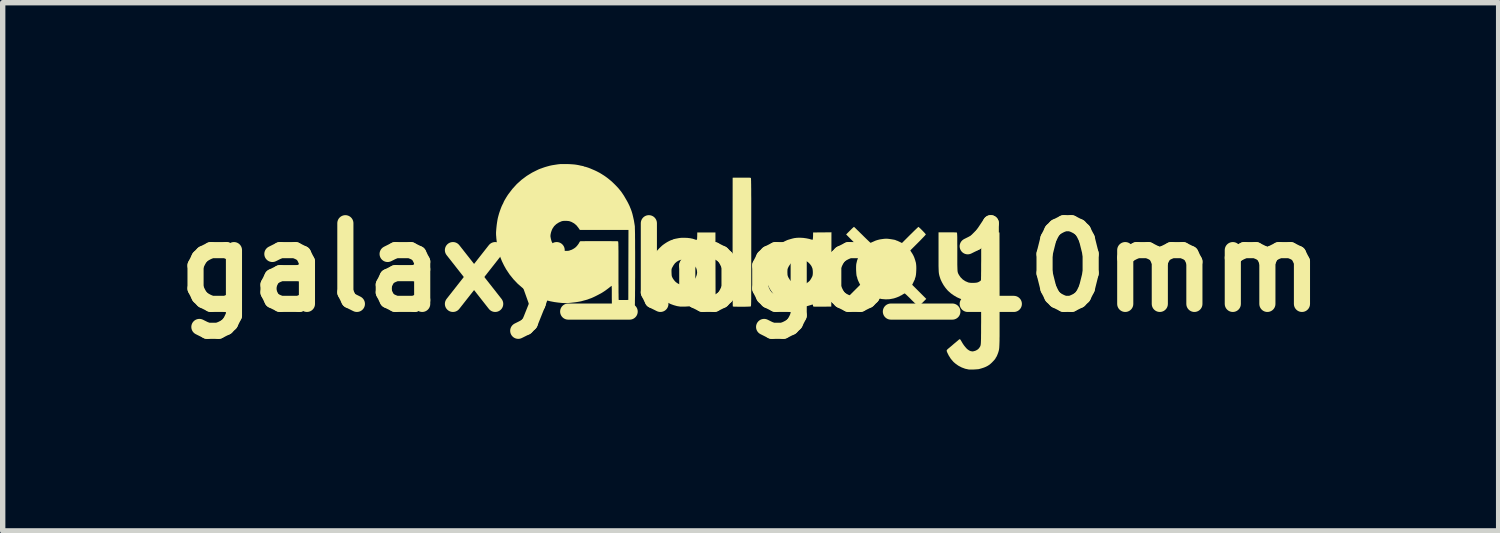
<source format=kicad_pcb>
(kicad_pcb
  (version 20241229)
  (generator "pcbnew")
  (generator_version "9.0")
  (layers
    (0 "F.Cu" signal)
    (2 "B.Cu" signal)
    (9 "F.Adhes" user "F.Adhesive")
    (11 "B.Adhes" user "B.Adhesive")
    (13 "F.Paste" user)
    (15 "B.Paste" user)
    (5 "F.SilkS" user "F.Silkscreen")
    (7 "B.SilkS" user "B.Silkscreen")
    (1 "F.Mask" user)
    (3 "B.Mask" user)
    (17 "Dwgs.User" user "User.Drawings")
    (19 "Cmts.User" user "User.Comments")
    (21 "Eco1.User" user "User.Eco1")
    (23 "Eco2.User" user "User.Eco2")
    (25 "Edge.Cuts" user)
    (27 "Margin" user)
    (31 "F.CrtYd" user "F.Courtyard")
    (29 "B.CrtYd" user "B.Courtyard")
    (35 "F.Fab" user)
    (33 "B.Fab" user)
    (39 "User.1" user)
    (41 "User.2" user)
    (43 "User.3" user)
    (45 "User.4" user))
  (footprint "galaxy_logo_10mm"
    (layer "F.Cu")
    (at 10.907 1.922)
    (property "Reference" "galaxy_logo_10mm" (at 0 0 0) (layer "F.SilkS") (effects (font (size 1.5 1.5) (thickness 0.3))))
    (attr board_only exclude_from_pos_files exclude_from_bom)
    (fp_poly (pts (xy -0.073 -1.669) (xy -0.041 -1.669) (xy -0.017 -1.668) (xy -0.003 -1.666) (xy 0.004 -1.664) (xy 0.004 -1.662) (xy 0.005 -1.657) (xy 0.006 -1.649) (xy 0.007 -1.636) (xy 0.007 -1.62) (xy 0.008 -1.598) (xy 0.008 -1.572) (xy 0.009 -1.54) (xy 0.009 -1.503) (xy 0.01 -1.459) (xy 0.01 -1.408) (xy 0.01 -1.35) (xy 0.011 -1.285) (xy 0.011 -1.211) (xy 0.011 -1.13) (xy 0.011 -1.039) (xy 0.011 -0.939) (xy 0.011 -0.829) (xy 0.011 -0.71) (xy 0.011 -0.58) (xy 0.011 -0.469) (xy 0.011 -0.333) (xy 0.011 -0.208) (xy 0.011 -0.093) (xy 0.011 0.012) (xy 0.011 0.108) (xy 0.011 0.194) (xy 0.011 0.272) (xy 0.011 0.342) (xy 0.011 0.405) (xy 0.01 0.46) (xy 0.01 0.508) (xy 0.01 0.55) (xy 0.01 0.586) (xy 0.009 0.617) (xy 0.009 0.643) (xy 0.008 0.664) (xy 0.008 0.681) (xy 0.007 0.694) (xy 0.006 0.705) (xy 0.005 0.712) (xy 0.005 0.718) (xy 0.004 0.721) (xy 0.003 0.724) (xy 0.001 0.725) (xy 0.00037 0.725) (xy -0.008 0.727) (xy -0.026 0.728) (xy -0.051 0.729) (xy -0.082 0.73) (xy -0.117 0.731) (xy -0.155 0.731) (xy -0.193 0.731) (xy -0.229 0.731) (xy -0.263 0.73) (xy -0.292 0.73) (xy -0.314 0.729) (xy -0.327 0.727) (xy -0.33 0.727) (xy -0.331 0.724) (xy -0.332 0.717) (xy -0.333 0.706) (xy -0.333 0.69) (xy -0.334 0.668) (xy -0.334 0.641) (xy -0.335 0.607) (xy -0.335 0.568) (xy -0.336 0.521) (xy -0.336 0.467) (xy -0.336 0.405) (xy -0.336 0.335) (xy -0.336 0.257) (xy -0.336 0.17) (xy -0.336 0.074) (xy -0.336 -0.031) (xy -0.336 -0.147) (xy -0.336 -0.273) (xy -0.336 -0.409) (xy -0.336 -0.473) (xy -0.335 -1.668) (xy -0.169 -1.669) (xy -0.116 -1.669)) (stroke (width 0) (type solid)) (fill yes) (layer "F.SilkS"))
    (fp_poly (pts (xy 1.5 0.038) (xy 1.499 0.728) (xy 1.341 0.73) (xy 1.3 0.73) (xy 1.261 0.73) (xy 1.228 0.73) (xy 1.201 0.73) (xy 1.181 0.729) (xy 1.172 0.729) (xy 1.171 0.728) (xy 1.161 0.723) (xy 1.159 0.71) (xy 1.159 0.71) (xy 1.158 0.697) (xy 1.156 0.691) (xy 1.149 0.691) (xy 1.135 0.694) (xy 1.117 0.7) (xy 1.115 0.7) (xy 1.091 0.708) (xy 1.066 0.715) (xy 1.049 0.72) (xy 1.03 0.723) (xy 1.003 0.725) (xy 0.97 0.727) (xy 0.935 0.728) (xy 0.899 0.729) (xy 0.867 0.728) (xy 0.84 0.727) (xy 0.827 0.726) (xy 0.772 0.715) (xy 0.724 0.702) (xy 0.695 0.692) (xy 0.65 0.672) (xy 0.608 0.651) (xy 0.572 0.63) (xy 0.542 0.611) (xy 0.522 0.595) (xy 0.513 0.587) (xy 0.499 0.576) (xy 0.494 0.572) (xy 0.47 0.551) (xy 0.444 0.523) (xy 0.416 0.489) (xy 0.39 0.451) (xy 0.365 0.413) (xy 0.345 0.377) (xy 0.341 0.368) (xy 0.332 0.349) (xy 0.324 0.333) (xy 0.32 0.325) (xy 0.316 0.312) (xy 0.315 0.307) (xy 0.312 0.294) (xy 0.31 0.288) (xy 0.302 0.269) (xy 0.295 0.241) (xy 0.288 0.207) (xy 0.282 0.17) (xy 0.278 0.133) (xy 0.276 0.099) (xy 0.276 0.087) (xy 0.276 0.079) (xy 0.683 0.079) (xy 0.683 0.09) (xy 0.684 0.117) (xy 0.685 0.136) (xy 0.688 0.152) (xy 0.693 0.167) (xy 0.701 0.185) (xy 0.704 0.191) (xy 0.732 0.236) (xy 0.768 0.274) (xy 0.812 0.303) (xy 0.846 0.319) (xy 0.863 0.322) (xy 0.887 0.324) (xy 0.914 0.325) (xy 0.942 0.325) (xy 0.966 0.323) (xy 0.984 0.32) (xy 0.984 0.32) (xy 1.027 0.301) (xy 1.066 0.276) (xy 1.086 0.259) (xy 1.101 0.244) (xy 1.113 0.226) (xy 1.126 0.205) (xy 1.141 0.177) (xy 1.148 0.161) (xy 1.152 0.145) (xy 1.155 0.122) (xy 1.156 0.094) (xy 1.155 0.065) (xy 1.152 0.039) (xy 1.148 0.018) (xy 1.148 0.017) (xy 1.129 -0.026) (xy 1.101 -0.064) (xy 1.067 -0.097) (xy 1.028 -0.122) (xy 0.985 -0.14) (xy 0.94 -0.15) (xy 0.895 -0.149) (xy 0.878 -0.146) (xy 0.825 -0.129) (xy 0.78 -0.103) (xy 0.742 -0.069) (xy 0.712 -0.026) (xy 0.705 -0.012) (xy 0.695 0.007) (xy 0.689 0.023) (xy 0.685 0.037) (xy 0.684 0.055) (xy 0.683 0.079) (xy 0.276 0.079) (xy 0.28 0.018) (xy 0.293 -0.054) (xy 0.311 -0.115) (xy 0.341 -0.19) (xy 0.381 -0.26) (xy 0.43 -0.326) (xy 0.487 -0.385) (xy 0.551 -0.436) (xy 0.62 -0.48) (xy 0.678 -0.507) (xy 0.695 -0.513) (xy 0.721 -0.521) (xy 0.749 -0.529) (xy 0.778 -0.537) (xy 0.803 -0.543) (xy 0.813 -0.545) (xy 0.862 -0.551) (xy 0.917 -0.552) (xy 0.976 -0.549) (xy 1.034 -0.541) (xy 1.088 -0.53) (xy 1.121 -0.52) (xy 1.138 -0.516) (xy 1.15 -0.515) (xy 1.153 -0.516) (xy 1.156 -0.523) (xy 1.157 -0.539) (xy 1.159 -0.561) (xy 1.16 -0.585) (xy 1.161 -0.65) (xy 1.332 -0.651) (xy 1.502 -0.653)) (stroke (width 0) (type solid)) (fill yes) (layer "F.SilkS"))
    (fp_poly (pts (xy -0.654 0.038) (xy -0.652 0.725) (xy -0.665 0.728) (xy -0.674 0.729) (xy -0.692 0.73) (xy -0.719 0.73) (xy -0.752 0.73) (xy -0.79 0.73) (xy -0.831 0.73) (xy -0.835 0.73) (xy -0.993 0.728) (xy -0.994 0.707) (xy -0.997 0.693) (xy -1 0.688) (xy -1.006 0.689) (xy -1.021 0.695) (xy -1.044 0.702) (xy -1.069 0.71) (xy -1.094 0.716) (xy -1.105 0.719) (xy -1.121 0.722) (xy -1.146 0.724) (xy -1.177 0.726) (xy -1.21 0.728) (xy -1.244 0.729) (xy -1.275 0.729) (xy -1.301 0.729) (xy -1.313 0.728) (xy -1.37 0.719) (xy -1.43 0.702) (xy -1.488 0.681) (xy -1.542 0.655) (xy -1.562 0.643) (xy -1.579 0.633) (xy -1.592 0.626) (xy -1.597 0.624) (xy -1.603 0.621) (xy -1.603 0.62) (xy -1.607 0.614) (xy -1.618 0.607) (xy -1.62 0.605) (xy -1.637 0.593) (xy -1.658 0.575) (xy -1.682 0.553) (xy -1.706 0.529) (xy -1.728 0.505) (xy -1.743 0.487) (xy -1.763 0.459) (xy -1.783 0.428) (xy -1.801 0.398) (xy -1.815 0.371) (xy -1.815 0.371) (xy -1.832 0.333) (xy -1.845 0.301) (xy -1.855 0.271) (xy -1.862 0.241) (xy -1.869 0.207) (xy -1.875 0.165) (xy -1.876 0.155) (xy -1.88 0.081) (xy -1.878 0.055) (xy -1.472 0.055) (xy -1.472 0.08) (xy -1.471 0.106) (xy -1.47 0.131) (xy -1.468 0.153) (xy -1.465 0.166) (xy -1.457 0.186) (xy -1.443 0.211) (xy -1.425 0.236) (xy -1.406 0.259) (xy -1.388 0.276) (xy -1.386 0.277) (xy -1.354 0.299) (xy -1.325 0.313) (xy -1.295 0.321) (xy -1.26 0.325) (xy -1.24 0.326) (xy -1.207 0.325) (xy -1.181 0.321) (xy -1.16 0.315) (xy -1.13 0.303) (xy -1.105 0.288) (xy -1.082 0.268) (xy -1.064 0.251) (xy -1.039 0.219) (xy -1.018 0.181) (xy -1.003 0.141) (xy -0.996 0.102) (xy -0.996 0.09) (xy -1.001 0.047) (xy -1.015 0.004) (xy -1.037 -0.038) (xy -1.066 -0.075) (xy -1.099 -0.105) (xy -1.125 -0.121) (xy -1.172 -0.141) (xy -1.218 -0.15) (xy -1.262 -0.149) (xy -1.29 -0.144) (xy -1.334 -0.129) (xy -1.373 -0.107) (xy -1.406 -0.079) (xy -1.434 -0.041) (xy -1.46 0.005) (xy -1.469 0.026) (xy -1.471 0.036) (xy -1.472 0.055) (xy -1.878 0.055) (xy -1.874 0.005) (xy -1.859 -0.071) (xy -1.835 -0.146) (xy -1.807 -0.208) (xy -1.795 -0.229) (xy -1.786 -0.246) (xy -1.779 -0.256) (xy -1.777 -0.258) (xy -1.772 -0.264) (xy -1.772 -0.266) (xy -1.768 -0.275) (xy -1.757 -0.29) (xy -1.741 -0.31) (xy -1.721 -0.332) (xy -1.699 -0.356) (xy -1.676 -0.378) (xy -1.654 -0.399) (xy -1.634 -0.416) (xy -1.631 -0.418) (xy -1.603 -0.438) (xy -1.573 -0.458) (xy -1.543 -0.476) (xy -1.514 -0.491) (xy -1.489 -0.503) (xy -1.47 -0.51) (xy -1.461 -0.512) (xy -1.451 -0.515) (xy -1.449 -0.517) (xy -1.441 -0.522) (xy -1.433 -0.525) (xy -1.393 -0.534) (xy -1.361 -0.54) (xy -1.335 -0.545) (xy -1.313 -0.548) (xy -1.291 -0.55) (xy -1.268 -0.551) (xy -1.241 -0.551) (xy -1.238 -0.551) (xy -1.178 -0.549) (xy -1.126 -0.543) (xy -1.077 -0.533) (xy -1.046 -0.523) (xy -1.026 -0.516) (xy -1.012 -0.512) (xy -1.003 -0.514) (xy -0.998 -0.522) (xy -0.996 -0.537) (xy -0.995 -0.562) (xy -0.994 -0.581) (xy -0.993 -0.65) (xy -0.824 -0.65) (xy -0.655 -0.65)) (stroke (width 0) (type solid)) (fill yes) (layer "F.SilkS"))
    (fp_poly (pts (xy 3.125 -0.75) (xy 3.137 -0.739) (xy 3.154 -0.724) (xy 3.173 -0.705) (xy 3.194 -0.684) (xy 3.214 -0.663) (xy 3.232 -0.644) (xy 3.246 -0.628) (xy 3.254 -0.617) (xy 3.257 -0.613) (xy 3.253 -0.607) (xy 3.242 -0.595) (xy 3.225 -0.576) (xy 3.202 -0.552) (xy 3.175 -0.524) (xy 3.145 -0.493) (xy 3.112 -0.46) (xy 2.968 -0.316) (xy 2.981 -0.294) (xy 2.992 -0.277) (xy 3.002 -0.262) (xy 3.004 -0.259) (xy 3.024 -0.224) (xy 3.043 -0.181) (xy 3.059 -0.133) (xy 3.072 -0.087) (xy 3.076 -0.059) (xy 3.079 -0.025) (xy 3.08 0.014) (xy 3.079 0.054) (xy 3.077 0.093) (xy 3.074 0.13) (xy 3.069 0.161) (xy 3.063 0.185) (xy 3.059 0.193) (xy 3.055 0.205) (xy 3.054 0.211) (xy 3.052 0.223) (xy 3.049 0.229) (xy 3.044 0.239) (xy 3.036 0.255) (xy 3.026 0.275) (xy 3.024 0.281) (xy 3.003 0.323) (xy 3.134 0.454) (xy 3.265 0.585) (xy 3.195 0.655) (xy 3.172 0.678) (xy 3.151 0.698) (xy 3.135 0.713) (xy 3.123 0.723) (xy 3.119 0.726) (xy 3.114 0.722) (xy 3.101 0.711) (xy 3.083 0.694) (xy 3.06 0.672) (xy 3.034 0.646) (xy 3.004 0.617) (xy 2.992 0.605) (xy 2.962 0.574) (xy 2.934 0.547) (xy 2.909 0.523) (xy 2.889 0.504) (xy 2.874 0.491) (xy 2.866 0.484) (xy 2.864 0.484) (xy 2.856 0.487) (xy 2.842 0.494) (xy 2.827 0.503) (xy 2.81 0.514) (xy 2.797 0.521) (xy 2.79 0.523) (xy 2.784 0.527) (xy 2.783 0.527) (xy 2.777 0.532) (xy 2.762 0.539) (xy 2.741 0.548) (xy 2.716 0.558) (xy 2.69 0.567) (xy 2.665 0.575) (xy 2.652 0.578) (xy 2.583 0.591) (xy 2.511 0.594) (xy 2.438 0.588) (xy 2.365 0.572) (xy 2.295 0.547) (xy 2.229 0.513) (xy 2.214 0.504) (xy 2.197 0.494) (xy 2.183 0.486) (xy 2.175 0.484) (xy 2.17 0.488) (xy 2.157 0.498) (xy 2.139 0.515) (xy 2.116 0.537) (xy 2.089 0.563) (xy 2.059 0.593) (xy 2.047 0.605) (xy 2.017 0.635) (xy 1.989 0.662) (xy 1.965 0.686) (xy 1.945 0.705) (xy 1.93 0.718) (xy 1.922 0.725) (xy 1.921 0.726) (xy 1.915 0.722) (xy 1.903 0.711) (xy 1.886 0.695) (xy 1.865 0.675) (xy 1.845 0.655) (xy 1.775 0.585) (xy 1.905 0.454) (xy 2.036 0.323) (xy 2.023 0.298) (xy 2.008 0.267) (xy 1.995 0.238) (xy 1.986 0.213) (xy 1.981 0.195) (xy 1.98 0.188) (xy 1.978 0.177) (xy 1.975 0.172) (xy 1.971 0.164) (xy 1.968 0.147) (xy 1.965 0.123) (xy 1.963 0.094) (xy 1.961 0.062) (xy 1.96 0.028) (xy 1.96 -0.004) (xy 1.961 -0.034) (xy 1.963 -0.058) (xy 1.965 -0.07) (xy 1.978 -0.125) (xy 1.997 -0.179) (xy 2.02 -0.23) (xy 2.045 -0.274) (xy 2.051 -0.282) (xy 2.061 -0.297) (xy 2.068 -0.308) (xy 2.07 -0.313) (xy 2.066 -0.318) (xy 2.055 -0.33) (xy 2.038 -0.348) (xy 2.015 -0.371) (xy 1.988 -0.399) (xy 1.958 -0.43) (xy 1.924 -0.463) (xy 1.922 -0.465) (xy 1.775 -0.613) (xy 1.845 -0.683) (xy 1.868 -0.706) (xy 1.888 -0.726) (xy 1.905 -0.741) (xy 1.916 -0.751) (xy 1.921 -0.754) (xy 1.926 -0.75) (xy 1.938 -0.739) (xy 1.956 -0.722) (xy 1.979 -0.699) (xy 2.007 -0.672) (xy 2.038 -0.641) (xy 2.072 -0.608) (xy 2.076 -0.604) (xy 2.11 -0.57) (xy 2.141 -0.54) (xy 2.17 -0.512) (xy 2.193 -0.49) (xy 2.212 -0.472) (xy 2.225 -0.461) (xy 2.231 -0.457) (xy 2.231 -0.457) (xy 2.243 -0.463) (xy 2.261 -0.471) (xy 2.284 -0.481) (xy 2.306 -0.491) (xy 2.325 -0.499) (xy 2.337 -0.503) (xy 2.367 -0.512) (xy 2.404 -0.521) (xy 2.445 -0.527) (xy 2.484 -0.532) (xy 2.518 -0.534) (xy 2.52 -0.534) (xy 2.543 -0.533) (xy 2.572 -0.53) (xy 2.601 -0.526) (xy 2.607 -0.525) (xy 2.632 -0.521) (xy 2.655 -0.517) (xy 2.672 -0.514) (xy 2.676 -0.513) (xy 2.689 -0.51) (xy 2.697 -0.506) (xy 2.697 -0.506) (xy 2.705 -0.501) (xy 2.709 -0.501) (xy 2.718 -0.498) (xy 2.734 -0.492) (xy 2.755 -0.482) (xy 2.766 -0.477) (xy 2.813 -0.454) (xy 2.963 -0.604) (xy 2.997 -0.637) (xy 3.028 -0.668) (xy 3.057 -0.696) (xy 3.081 -0.719) (xy 3.1 -0.737) (xy 3.113 -0.749) (xy 3.119 -0.754) (xy 3.119 -0.754)) (stroke (width 0) (type solid)) (fill yes) (layer "F.SilkS"))
    (fp_poly (pts (xy 4.456 -0.651) (xy 4.626 -0.65) (xy 4.628 0.408) (xy 4.628 0.537) (xy 4.628 0.656) (xy 4.628 0.764) (xy 4.628 0.863) (xy 4.628 0.953) (xy 4.628 1.033) (xy 4.628 1.106) (xy 4.628 1.17) (xy 4.628 1.228) (xy 4.628 1.279) (xy 4.627 1.323) (xy 4.627 1.362) (xy 4.626 1.395) (xy 4.625 1.424) (xy 4.624 1.448) (xy 4.623 1.469) (xy 4.622 1.487) (xy 4.621 1.501) (xy 4.619 1.514) (xy 4.618 1.525) (xy 4.616 1.534) (xy 4.614 1.543) (xy 4.612 1.551) (xy 4.611 1.555) (xy 4.604 1.579) (xy 4.595 1.604) (xy 4.585 1.629) (xy 4.576 1.65) (xy 4.567 1.666) (xy 4.561 1.675) (xy 4.56 1.675) (xy 4.556 1.682) (xy 4.556 1.683) (xy 4.552 1.692) (xy 4.541 1.708) (xy 4.525 1.727) (xy 4.505 1.748) (xy 4.484 1.77) (xy 4.462 1.79) (xy 4.442 1.807) (xy 4.435 1.812) (xy 4.405 1.831) (xy 4.374 1.847) (xy 4.338 1.862) (xy 4.295 1.876) (xy 4.249 1.889) (xy 4.234 1.892) (xy 4.211 1.894) (xy 4.182 1.896) (xy 4.15 1.898) (xy 4.119 1.899) (xy 4.09 1.899) (xy 4.067 1.899) (xy 4.055 1.898) (xy 3.989 1.884) (xy 3.924 1.86) (xy 3.861 1.827) (xy 3.804 1.786) (xy 3.77 1.756) (xy 3.721 1.699) (xy 3.68 1.634) (xy 3.653 1.578) (xy 3.647 1.561) (xy 3.644 1.549) (xy 3.647 1.538) (xy 3.655 1.527) (xy 3.67 1.513) (xy 3.687 1.499) (xy 3.707 1.482) (xy 3.73 1.463) (xy 3.743 1.452) (xy 3.759 1.438) (xy 3.774 1.425) (xy 3.782 1.418) (xy 3.792 1.41) (xy 3.808 1.397) (xy 3.825 1.382) (xy 3.827 1.381) (xy 3.845 1.366) (xy 3.861 1.352) (xy 3.871 1.343) (xy 3.872 1.343) (xy 3.883 1.336) (xy 3.891 1.334) (xy 3.897 1.34) (xy 3.906 1.353) (xy 3.917 1.371) (xy 3.921 1.378) (xy 3.942 1.414) (xy 3.967 1.451) (xy 3.994 1.484) (xy 4.019 1.512) (xy 4.032 1.523) (xy 4.06 1.543) (xy 4.089 1.556) (xy 4.117 1.561) (xy 4.134 1.561) (xy 4.152 1.557) (xy 4.17 1.552) (xy 4.186 1.546) (xy 4.195 1.542) (xy 4.196 1.541) (xy 4.202 1.537) (xy 4.214 1.53) (xy 4.215 1.53) (xy 4.228 1.52) (xy 4.243 1.505) (xy 4.249 1.497) (xy 4.255 1.488) (xy 4.261 1.48) (xy 4.265 1.473) (xy 4.269 1.464) (xy 4.273 1.454) (xy 4.276 1.442) (xy 4.278 1.426) (xy 4.28 1.407) (xy 4.281 1.382) (xy 4.282 1.352) (xy 4.283 1.316) (xy 4.283 1.272) (xy 4.284 1.22) (xy 4.284 1.159) (xy 4.284 1.088) (xy 4.285 1.024) (xy 4.285 0.957) (xy 4.285 0.894) (xy 4.285 0.835) (xy 4.285 0.781) (xy 4.284 0.733) (xy 4.284 0.691) (xy 4.284 0.658) (xy 4.283 0.633) (xy 4.282 0.618) (xy 4.282 0.613) (xy 4.274 0.612) (xy 4.259 0.613) (xy 4.244 0.616) (xy 4.221 0.62) (xy 4.191 0.622) (xy 4.155 0.623) (xy 4.118 0.624) (xy 4.083 0.623) (xy 4.052 0.621) (xy 4.028 0.619) (xy 4.026 0.618) (xy 3.997 0.612) (xy 3.967 0.605) (xy 3.94 0.598) (xy 3.92 0.591) (xy 3.915 0.589) (xy 3.899 0.583) (xy 3.889 0.579) (xy 3.835 0.555) (xy 3.779 0.522) (xy 3.725 0.484) (xy 3.676 0.441) (xy 3.66 0.425) (xy 3.622 0.38) (xy 3.586 0.329) (xy 3.555 0.274) (xy 3.53 0.22) (xy 3.516 0.177) (xy 3.511 0.161) (xy 3.507 0.146) (xy 3.504 0.132) (xy 3.501 0.118) (xy 3.499 0.102) (xy 3.497 0.085) (xy 3.496 0.064) (xy 3.495 0.039) (xy 3.494 0.01) (xy 3.493 -0.026) (xy 3.493 -0.069) (xy 3.493 -0.119) (xy 3.493 -0.179) (xy 3.493 -0.248) (xy 3.493 -0.283) (xy 3.493 -0.652) (xy 3.658 -0.652) (xy 3.701 -0.652) (xy 3.74 -0.652) (xy 3.774 -0.652) (xy 3.801 -0.651) (xy 3.821 -0.65) (xy 3.832 -0.649) (xy 3.833 -0.649) (xy 3.834 -0.647) (xy 3.836 -0.644) (xy 3.837 -0.637) (xy 3.838 -0.627) (xy 3.839 -0.612) (xy 3.84 -0.591) (xy 3.841 -0.565) (xy 3.841 -0.531) (xy 3.841 -0.489) (xy 3.841 -0.439) (xy 3.842 -0.38) (xy 3.842 -0.31) (xy 3.842 -0.29) (xy 3.842 -0.217) (xy 3.842 -0.153) (xy 3.842 -0.099) (xy 3.842 -0.054) (xy 3.843 -0.016) (xy 3.844 0.015) (xy 3.845 0.041) (xy 3.846 0.061) (xy 3.848 0.078) (xy 3.851 0.091) (xy 3.854 0.102) (xy 3.858 0.112) (xy 3.863 0.122) (xy 3.869 0.132) (xy 3.871 0.138) (xy 3.903 0.184) (xy 3.943 0.224) (xy 3.991 0.256) (xy 4.047 0.28) (xy 4.052 0.281) (xy 4.069 0.284) (xy 4.095 0.287) (xy 4.125 0.287) (xy 4.156 0.287) (xy 4.184 0.285) (xy 4.207 0.282) (xy 4.214 0.28) (xy 4.234 0.273) (xy 4.254 0.262) (xy 4.272 0.249) (xy 4.282 0.239) (xy 4.282 0.233) (xy 4.283 0.216) (xy 4.283 0.19) (xy 4.284 0.155) (xy 4.284 0.112) (xy 4.285 0.062) (xy 4.285 0.006) (xy 4.285 -0.055) (xy 4.286 -0.12) (xy 4.286 -0.189) (xy 4.286 -0.21) (xy 4.286 -0.653)) (stroke (width 0) (type solid)) (fill yes) (layer "F.SilkS"))
    (fp_poly (pts (xy -3.417 -1.922) (xy -3.362 -1.92) (xy -3.316 -1.917) (xy -3.277 -1.914) (xy -3.241 -1.909) (xy -3.207 -1.903) (xy -3.186 -1.899) (xy -3.163 -1.893) (xy -3.141 -1.889) (xy -3.126 -1.886) (xy -3.111 -1.883) (xy -3.102 -1.879) (xy -3.101 -1.878) (xy -3.094 -1.874) (xy -3.086 -1.873) (xy -3.071 -1.87) (xy -3.047 -1.863) (xy -3.017 -1.853) (xy -2.983 -1.84) (xy -2.946 -1.824) (xy -2.908 -1.808) (xy -2.871 -1.791) (xy -2.838 -1.774) (xy -2.809 -1.759) (xy -2.787 -1.746) (xy -2.784 -1.743) (xy -2.771 -1.736) (xy -2.763 -1.732) (xy -2.762 -1.732) (xy -2.756 -1.728) (xy -2.756 -1.727) (xy -2.752 -1.721) (xy -2.75 -1.721) (xy -2.742 -1.718) (xy -2.727 -1.708) (xy -2.706 -1.694) (xy -2.681 -1.676) (xy -2.653 -1.655) (xy -2.625 -1.632) (xy -2.621 -1.629) (xy -2.596 -1.608) (xy -2.567 -1.582) (xy -2.537 -1.553) (xy -2.508 -1.524) (xy -2.482 -1.497) (xy -2.461 -1.474) (xy -2.449 -1.46) (xy -2.436 -1.444) (xy -2.423 -1.428) (xy -2.42 -1.424) (xy -2.402 -1.401) (xy -2.381 -1.37) (xy -2.357 -1.334) (xy -2.333 -1.293) (xy -2.309 -1.252) (xy -2.286 -1.211) (xy -2.267 -1.173) (xy -2.251 -1.14) (xy -2.244 -1.122) (xy -2.239 -1.109) (xy -2.232 -1.093) (xy -2.231 -1.091) (xy -2.215 -1.048) (xy -2.199 -0.996) (xy -2.185 -0.937) (xy -2.171 -0.874) (xy -2.16 -0.807) (xy -2.154 -0.769) (xy -2.153 -0.756) (xy -2.153 -0.734) (xy -2.152 -0.702) (xy -2.151 -0.662) (xy -2.15 -0.614) (xy -2.15 -0.56) (xy -2.149 -0.499) (xy -2.149 -0.434) (xy -2.149 -0.364) (xy -2.148 -0.29) (xy -2.148 -0.214) (xy -2.148 -0.136) (xy -2.148 -0.057) (xy -2.148 0.023) (xy -2.148 0.102) (xy -2.148 0.18) (xy -2.149 0.256) (xy -2.149 0.329) (xy -2.149 0.398) (xy -2.15 0.463) (xy -2.15 0.522) (xy -2.151 0.576) (xy -2.152 0.622) (xy -2.152 0.661) (xy -2.153 0.691) (xy -2.154 0.712) (xy -2.155 0.723) (xy -2.155 0.724) (xy -2.16 0.726) (xy -2.172 0.728) (xy -2.191 0.729) (xy -2.218 0.73) (xy -2.254 0.731) (xy -2.299 0.731) (xy -2.355 0.731) (xy -2.365 0.731) (xy -2.423 0.731) (xy -2.47 0.731) (xy -2.507 0.73) (xy -2.535 0.729) (xy -2.556 0.728) (xy -2.568 0.727) (xy -2.574 0.725) (xy -2.575 0.724) (xy -2.577 0.719) (xy -2.578 0.707) (xy -2.58 0.688) (xy -2.581 0.66) (xy -2.581 0.623) (xy -2.582 0.577) (xy -2.582 0.53) (xy -2.582 0.486) (xy -2.582 0.445) (xy -2.582 0.409) (xy -2.583 0.38) (xy -2.584 0.358) (xy -2.584 0.346) (xy -2.585 0.343) (xy -2.591 0.346) (xy -2.603 0.355) (xy -2.62 0.368) (xy -2.637 0.382) (xy -2.7 0.429) (xy -2.764 0.471) (xy -2.834 0.509) (xy -2.885 0.535) (xy -2.914 0.549) (xy -2.936 0.559) (xy -2.951 0.566) (xy -2.963 0.571) (xy -2.974 0.575) (xy -2.987 0.579) (xy -2.987 0.579) (xy -3.003 0.585) (xy -3.017 0.59) (xy -3.018 0.591) (xy -3.034 0.597) (xy -3.061 0.605) (xy -3.096 0.614) (xy -3.139 0.626) (xy -3.154 0.63) (xy -3.18 0.635) (xy -3.214 0.641) (xy -3.254 0.647) (xy -3.297 0.652) (xy -3.34 0.657) (xy -3.381 0.661) (xy -3.416 0.663) (xy -3.439 0.664) (xy -3.505 0.661) (xy -3.576 0.654) (xy -3.65 0.644) (xy -3.723 0.63) (xy -3.793 0.613) (xy -3.857 0.594) (xy -3.895 0.58) (xy -3.976 0.545) (xy -4.048 0.509) (xy -4.116 0.471) (xy -4.181 0.427) (xy -4.246 0.378) (xy -4.332 0.303) (xy -4.411 0.22) (xy -4.484 0.129) (xy -4.547 0.034) (xy -4.586 -0.036) (xy -4.625 -0.116) (xy -4.656 -0.194) (xy -4.682 -0.273) (xy -4.702 -0.354) (xy -4.717 -0.441) (xy -4.728 -0.535) (xy -4.73 -0.56) (xy -4.732 -0.588) (xy -3.723 -0.588) (xy -3.722 -0.57) (xy -3.719 -0.554) (xy -3.715 -0.534) (xy -3.715 -0.532) (xy -3.702 -0.485) (xy -3.679 -0.441) (xy -3.648 -0.4) (xy -3.609 -0.365) (xy -3.566 -0.336) (xy -3.524 -0.317) (xy -3.506 -0.313) (xy -3.483 -0.31) (xy -3.456 -0.308) (xy -3.429 -0.307) (xy -3.404 -0.308) (xy -3.383 -0.31) (xy -3.37 -0.313) (xy -3.368 -0.314) (xy -3.357 -0.32) (xy -3.35 -0.321) (xy -3.338 -0.324) (xy -3.321 -0.332) (xy -3.3 -0.343) (xy -3.279 -0.356) (xy -3.261 -0.369) (xy -3.252 -0.377) (xy -3.232 -0.397) (xy -3.213 -0.421) (xy -3.196 -0.445) (xy -3.187 -0.462) (xy -3.179 -0.476) (xy -3.171 -0.485) (xy -3.169 -0.486) (xy -3.162 -0.487) (xy -3.144 -0.487) (xy -3.118 -0.488) (xy -3.084 -0.488) (xy -3.044 -0.489) (xy -2.998 -0.489) (xy -2.949 -0.489) (xy -2.896 -0.489) (xy -2.842 -0.489) (xy -2.787 -0.489) (xy -2.733 -0.489) (xy -2.68 -0.489) (xy -2.631 -0.489) (xy -2.586 -0.488) (xy -2.546 -0.488) (xy -2.514 -0.488) (xy -2.489 -0.487) (xy -2.472 -0.486) (xy -2.467 -0.486) (xy -2.465 -0.485) (xy -2.464 -0.481) (xy -2.463 -0.475) (xy -2.462 -0.466) (xy -2.461 -0.453) (xy -2.46 -0.435) (xy -2.46 -0.413) (xy -2.459 -0.384) (xy -2.459 -0.349) (xy -2.458 -0.306) (xy -2.458 -0.256) (xy -2.458 -0.197) (xy -2.458 -0.129) (xy -2.458 -0.052) (xy -2.458 0.036) (xy -2.458 0.059) (xy -2.458 0.136) (xy -2.458 0.21) (xy -2.458 0.28) (xy -2.457 0.345) (xy -2.457 0.404) (xy -2.457 0.458) (xy -2.456 0.504) (xy -2.456 0.542) (xy -2.455 0.572) (xy -2.455 0.593) (xy -2.454 0.603) (xy -2.454 0.604) (xy -2.447 0.605) (xy -2.431 0.606) (xy -2.408 0.606) (xy -2.38 0.606) (xy -2.363 0.606) (xy -2.275 0.605) (xy -2.274 -0.046) (xy -2.272 -0.697) (xy -2.724 -0.697) (xy -3.176 -0.697) (xy -3.203 -0.737) (xy -3.24 -0.783) (xy -3.283 -0.819) (xy -3.332 -0.846) (xy -3.372 -0.86) (xy -3.392 -0.863) (xy -3.418 -0.865) (xy -3.447 -0.866) (xy -3.476 -0.865) (xy -3.499 -0.862) (xy -3.51 -0.86) (xy -3.566 -0.836) (xy -3.614 -0.805) (xy -3.654 -0.767) (xy -3.684 -0.722) (xy -3.691 -0.708) (xy -3.703 -0.679) (xy -3.713 -0.647) (xy -3.72 -0.615) (xy -3.723 -0.588) (xy -4.732 -0.588) (xy -4.733 -0.594) (xy -4.734 -0.623) (xy -4.734 -0.652) (xy -4.732 -0.683) (xy -4.729 -0.72) (xy -4.728 -0.731) (xy -4.722 -0.789) (xy -4.715 -0.838) (xy -4.708 -0.881) (xy -4.7 -0.922) (xy -4.689 -0.963) (xy -4.677 -1.006) (xy -4.675 -1.012) (xy -4.659 -1.059) (xy -4.643 -1.103) (xy -4.628 -1.141) (xy -4.614 -1.17) (xy -4.612 -1.173) (xy -4.603 -1.19) (xy -4.597 -1.203) (xy -4.595 -1.209) (xy -4.592 -1.217) (xy -4.584 -1.233) (xy -4.572 -1.255) (xy -4.557 -1.28) (xy -4.541 -1.307) (xy -4.524 -1.334) (xy -4.507 -1.359) (xy -4.503 -1.364) (xy -4.429 -1.461) (xy -4.348 -1.55) (xy -4.259 -1.63) (xy -4.164 -1.701) (xy -4.063 -1.763) (xy -4.007 -1.791) (xy -3.979 -1.805) (xy -3.958 -1.815) (xy -3.942 -1.823) (xy -3.927 -1.829) (xy -3.912 -1.835) (xy -3.893 -1.841) (xy -3.875 -1.848) (xy -3.826 -1.865) (xy -3.781 -1.878) (xy -3.737 -1.89) (xy -3.691 -1.9) (xy -3.64 -1.908) (xy -3.582 -1.917) (xy -3.572 -1.918) (xy -3.544 -1.921) (xy -3.508 -1.922) (xy -3.464 -1.922)) (stroke (width 0) (type solid)) (fill yes) (layer "F.SilkS")))
  (gr_rect
    (start -3 -3)
    (end 24.814 6.821)
    (stroke (width 0.1) (type default))
    (fill no)
    (layer "Edge.Cuts")))
</source>
